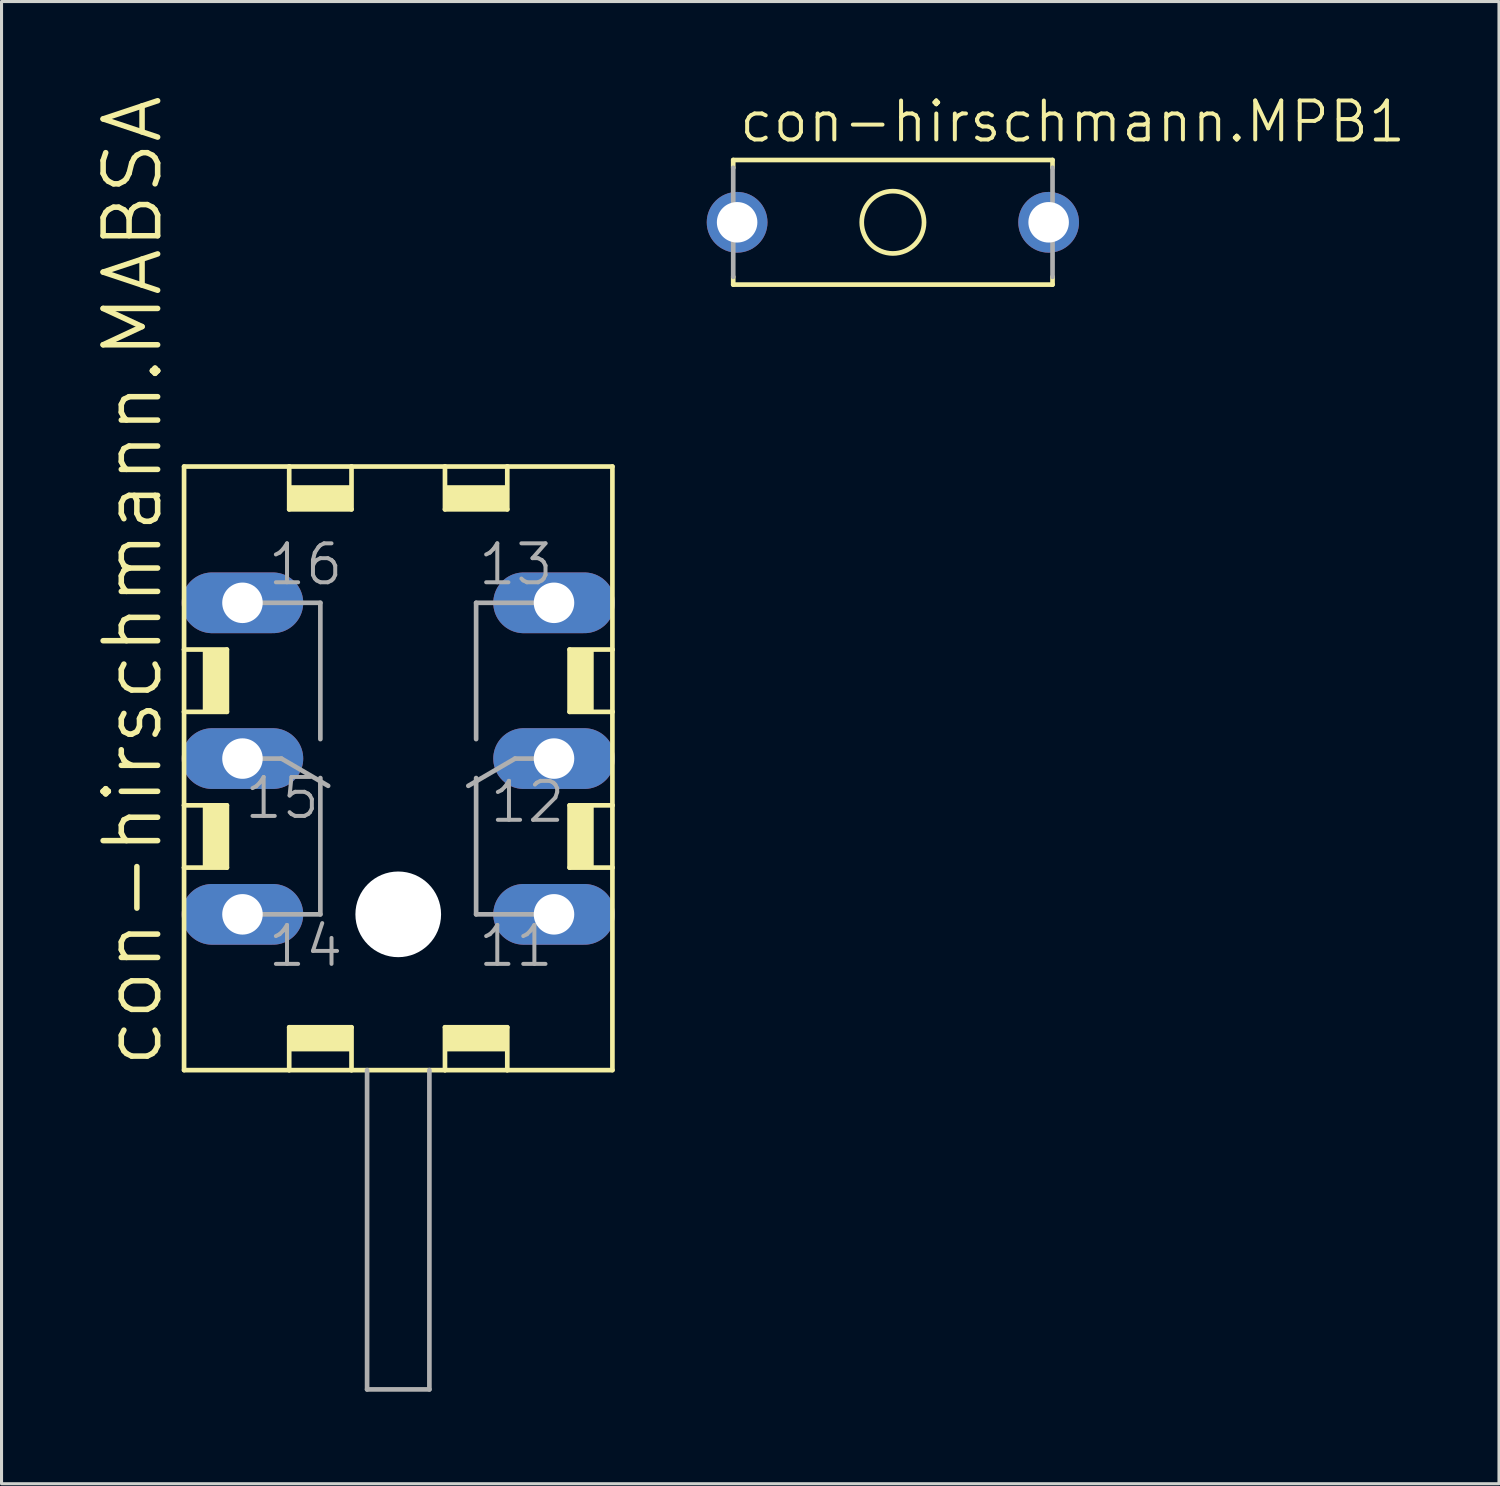
<source format=kicad_pcb>
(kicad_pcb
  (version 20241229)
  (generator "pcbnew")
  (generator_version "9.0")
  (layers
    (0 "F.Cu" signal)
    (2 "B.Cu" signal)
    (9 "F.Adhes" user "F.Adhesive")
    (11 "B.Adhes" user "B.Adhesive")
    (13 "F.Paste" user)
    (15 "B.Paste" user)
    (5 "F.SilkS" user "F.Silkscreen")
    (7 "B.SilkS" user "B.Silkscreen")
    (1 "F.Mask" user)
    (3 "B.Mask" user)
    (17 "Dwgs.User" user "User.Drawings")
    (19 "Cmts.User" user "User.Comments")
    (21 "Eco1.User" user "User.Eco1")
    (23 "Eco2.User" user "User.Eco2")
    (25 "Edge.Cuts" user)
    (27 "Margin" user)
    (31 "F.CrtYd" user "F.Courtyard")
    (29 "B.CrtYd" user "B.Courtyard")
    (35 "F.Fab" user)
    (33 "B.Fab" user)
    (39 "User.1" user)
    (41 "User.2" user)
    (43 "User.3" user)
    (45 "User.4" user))
  (footprint "con-hirschmann.MPB1"
    (layer "F.Cu")
    (at 26.07 4.2)
    (property "Reference" "con-hirschmann.MPB1" (at -5.08 -2.54 0) (layer "F.SilkS") (effects (font (size 1.27 1.27) (thickness 0.13)) (justify left bottom)))
    (attr through_hole)
    (fp_line (start -5.207 -2.032) (end 5.207 -2.032) (stroke (width 0.152) (type default)) (layer "F.SilkS"))
    (fp_line (start -5.207 -1.778) (end -5.207 -2.032) (stroke (width 0.152) (type default)) (layer "F.SilkS"))
    (fp_line (start -5.207 2.032) (end -5.207 1.778) (stroke (width 0.152) (type default)) (layer "F.SilkS"))
    (fp_line (start 5.207 -2.032) (end 5.207 -1.778) (stroke (width 0.152) (type default)) (layer "F.SilkS"))
    (fp_line (start 5.207 1.778) (end 5.207 2.032) (stroke (width 0.152) (type default)) (layer "F.SilkS"))
    (fp_line (start 5.207 2.032) (end -5.207 2.032) (stroke (width 0.152) (type default)) (layer "F.SilkS"))
    (fp_circle (center 0 0) (end 1.016 0) (stroke (width 0.152) (type default)) (fill no) (layer "F.SilkS"))
    (fp_line (start -5.207 1.778) (end -5.207 -1.778) (stroke (width 0.152) (type default)) (layer "F.Fab"))
    (fp_line (start 5.207 -1.778) (end 5.207 1.778) (stroke (width 0.152) (type default)) (layer "F.Fab"))
    (pad "1" thru_hole circle (at -5.08 0) (size 1.981 1.981) (drill 1.321) (layers "*.Cu" "*.Mask"))
    (pad "1@1" thru_hole circle (at 5.08 0) (size 1.981 1.981) (drill 1.321) (layers "*.Cu" "*.Mask")))
  (footprint "con-hirschmann.MABSA"
    (layer "F.Cu")
    (at 9.938 21.69)
    (property "Reference" "con-hirschmann.MABSA" (at -7.62 10.16 90) (layer "F.SilkS") (effects (font (size 1.778 1.778) (thickness 0.18)) (justify left bottom)))
    (attr through_hole)
    (fp_line (start -6.985 -3.556) (end -6.985 -9.525) (stroke (width 0.152) (type default)) (layer "F.SilkS"))
    (fp_line (start -6.985 -3.556) (end -5.588 -3.556) (stroke (width 0.152) (type default)) (layer "F.SilkS"))
    (fp_line (start -6.985 -1.524) (end -6.985 -3.556) (stroke (width 0.152) (type default)) (layer "F.SilkS"))
    (fp_line (start -6.985 1.524) (end -6.985 -1.524) (stroke (width 0.152) (type default)) (layer "F.SilkS"))
    (fp_line (start -6.985 1.524) (end -5.588 1.524) (stroke (width 0.152) (type default)) (layer "F.SilkS"))
    (fp_line (start -6.985 3.556) (end -6.985 1.524) (stroke (width 0.152) (type default)) (layer "F.SilkS"))
    (fp_line (start -6.985 10.16) (end -6.985 3.556) (stroke (width 0.152) (type default)) (layer "F.SilkS"))
    (fp_line (start -6.985 10.16) (end -3.556 10.16) (stroke (width 0.152) (type default)) (layer "F.SilkS"))
    (fp_line (start -5.588 -1.524) (end -6.985 -1.524) (stroke (width 0.152) (type default)) (layer "F.SilkS"))
    (fp_line (start -5.588 -1.524) (end -5.588 -3.556) (stroke (width 0.152) (type default)) (layer "F.SilkS"))
    (fp_line (start -5.588 3.556) (end -6.985 3.556) (stroke (width 0.152) (type default)) (layer "F.SilkS"))
    (fp_line (start -5.588 3.556) (end -5.588 1.524) (stroke (width 0.152) (type default)) (layer "F.SilkS"))
    (fp_line (start -3.556 -9.525) (end -6.985 -9.525) (stroke (width 0.152) (type default)) (layer "F.SilkS"))
    (fp_line (start -3.556 -8.128) (end -3.556 -9.525) (stroke (width 0.152) (type default)) (layer "F.SilkS"))
    (fp_line (start -3.556 -8.128) (end -1.524 -8.128) (stroke (width 0.152) (type default)) (layer "F.SilkS"))
    (fp_line (start -3.556 10.16) (end -3.556 8.763) (stroke (width 0.152) (type default)) (layer "F.SilkS"))
    (fp_line (start -3.556 10.16) (end -1.524 10.16) (stroke (width 0.152) (type default)) (layer "F.SilkS"))
    (fp_line (start -1.524 -9.525) (end -3.556 -9.525) (stroke (width 0.152) (type default)) (layer "F.SilkS"))
    (fp_line (start -1.524 -9.525) (end -1.524 -8.128) (stroke (width 0.152) (type default)) (layer "F.SilkS"))
    (fp_line (start -1.524 8.763) (end -3.556 8.763) (stroke (width 0.152) (type default)) (layer "F.SilkS"))
    (fp_line (start -1.524 8.763) (end -1.524 10.16) (stroke (width 0.152) (type default)) (layer "F.SilkS"))
    (fp_line (start -1.524 10.16) (end 1.524 10.16) (stroke (width 0.152) (type default)) (layer "F.SilkS"))
    (fp_line (start 1.524 -9.525) (end -1.524 -9.525) (stroke (width 0.152) (type default)) (layer "F.SilkS"))
    (fp_line (start 1.524 -8.128) (end 1.524 -9.525) (stroke (width 0.152) (type default)) (layer "F.SilkS"))
    (fp_line (start 1.524 -8.128) (end 3.556 -8.128) (stroke (width 0.152) (type default)) (layer "F.SilkS"))
    (fp_line (start 1.524 10.16) (end 1.524 8.763) (stroke (width 0.152) (type default)) (layer "F.SilkS"))
    (fp_line (start 1.524 10.16) (end 3.556 10.16) (stroke (width 0.152) (type default)) (layer "F.SilkS"))
    (fp_line (start 3.556 -9.525) (end 1.524 -9.525) (stroke (width 0.152) (type default)) (layer "F.SilkS"))
    (fp_line (start 3.556 -9.525) (end 3.556 -8.128) (stroke (width 0.152) (type default)) (layer "F.SilkS"))
    (fp_line (start 3.556 8.763) (end 1.524 8.763) (stroke (width 0.152) (type default)) (layer "F.SilkS"))
    (fp_line (start 3.556 8.763) (end 3.556 10.16) (stroke (width 0.152) (type default)) (layer "F.SilkS"))
    (fp_line (start 3.556 10.16) (end 6.985 10.16) (stroke (width 0.152) (type default)) (layer "F.SilkS"))
    (fp_line (start 5.588 -3.556) (end 5.588 -1.524) (stroke (width 0.152) (type default)) (layer "F.SilkS"))
    (fp_line (start 5.588 -3.556) (end 6.985 -3.556) (stroke (width 0.152) (type default)) (layer "F.SilkS"))
    (fp_line (start 5.588 1.524) (end 5.588 3.556) (stroke (width 0.152) (type default)) (layer "F.SilkS"))
    (fp_line (start 5.588 1.524) (end 6.985 1.524) (stroke (width 0.152) (type default)) (layer "F.SilkS"))
    (fp_line (start 6.985 -9.525) (end 3.556 -9.525) (stroke (width 0.152) (type default)) (layer "F.SilkS"))
    (fp_line (start 6.985 -3.556) (end 6.985 -9.525) (stroke (width 0.152) (type default)) (layer "F.SilkS"))
    (fp_line (start 6.985 -1.524) (end 5.588 -1.524) (stroke (width 0.152) (type default)) (layer "F.SilkS"))
    (fp_line (start 6.985 -1.524) (end 6.985 -3.556) (stroke (width 0.152) (type default)) (layer "F.SilkS"))
    (fp_line (start 6.985 1.524) (end 6.985 -1.524) (stroke (width 0.152) (type default)) (layer "F.SilkS"))
    (fp_line (start 6.985 3.556) (end 5.588 3.556) (stroke (width 0.152) (type default)) (layer "F.SilkS"))
    (fp_line (start 6.985 3.556) (end 6.985 1.524) (stroke (width 0.152) (type default)) (layer "F.SilkS"))
    (fp_line (start 6.985 10.16) (end 6.985 3.556) (stroke (width 0.152) (type default)) (layer "F.SilkS"))
    (fp_rect (start -6.35 -1.524) (end -5.588 -3.556) (stroke (width 0.05) (type default)) (fill yes) (layer "F.SilkS"))
    (fp_rect (start -6.35 3.556) (end -5.588 1.524) (stroke (width 0.05) (type default)) (fill yes) (layer "F.SilkS"))
    (fp_rect (start -3.556 -8.128) (end -1.524 -8.89) (stroke (width 0.05) (type default)) (fill yes) (layer "F.SilkS"))
    (fp_rect (start -3.556 9.525) (end -1.524 8.763) (stroke (width 0.05) (type default)) (fill yes) (layer "F.SilkS"))
    (fp_rect (start 1.524 -8.128) (end 3.556 -8.89) (stroke (width 0.05) (type default)) (fill yes) (layer "F.SilkS"))
    (fp_rect (start 1.524 9.525) (end 3.556 8.763) (stroke (width 0.05) (type default)) (fill yes) (layer "F.SilkS"))
    (fp_rect (start 5.588 -1.524) (end 6.35 -3.556) (stroke (width 0.05) (type default)) (fill yes) (layer "F.SilkS"))
    (fp_rect (start 5.588 3.556) (end 6.35 1.524) (stroke (width 0.05) (type default)) (fill yes) (layer "F.SilkS"))
    (fp_line (start -4.445 0) (end -3.81 0) (stroke (width 0.152) (type default)) (layer "F.Fab"))
    (fp_line (start -4.445 5.08) (end -2.54 5.08) (stroke (width 0.152) (type default)) (layer "F.Fab"))
    (fp_line (start -3.81 0) (end -2.286 0.889) (stroke (width 0.152) (type default)) (layer "F.Fab"))
    (fp_line (start -2.54 -5.08) (end -4.445 -5.08) (stroke (width 0.152) (type default)) (layer "F.Fab"))
    (fp_line (start -2.54 -0.635) (end -2.54 -5.08) (stroke (width 0.152) (type default)) (layer "F.Fab"))
    (fp_line (start -2.54 5.08) (end -2.54 0.635) (stroke (width 0.152) (type default)) (layer "F.Fab"))
    (fp_line (start -1.016 10.16) (end -1.016 20.574) (stroke (width 0.152) (type default)) (layer "F.Fab"))
    (fp_line (start 1.016 20.574) (end -1.016 20.574) (stroke (width 0.152) (type default)) (layer "F.Fab"))
    (fp_line (start 1.016 20.574) (end 1.016 10.16) (stroke (width 0.152) (type default)) (layer "F.Fab"))
    (fp_line (start 2.54 -5.08) (end 4.445 -5.08) (stroke (width 0.152) (type default)) (layer "F.Fab"))
    (fp_line (start 2.54 -0.635) (end 2.54 -5.08) (stroke (width 0.152) (type default)) (layer "F.Fab"))
    (fp_line (start 2.54 5.08) (end 2.54 0.635) (stroke (width 0.152) (type default)) (layer "F.Fab"))
    (fp_line (start 3.81 0) (end 2.286 0.889) (stroke (width 0.152) (type default)) (layer "F.Fab"))
    (fp_line (start 4.445 0) (end 3.81 0) (stroke (width 0.152) (type default)) (layer "F.Fab"))
    (fp_line (start 4.445 5.08) (end 2.54 5.08) (stroke (width 0.152) (type default)) (layer "F.Fab"))
    (fp_text user "11" (at 2.54 6.858 0) (layer "F.Fab") (effects (font (size 1.27 1.27) (thickness 0.13)) (justify left bottom)))
    (fp_text user "14" (at -4.318 6.858 0) (layer "F.Fab") (effects (font (size 1.27 1.27) (thickness 0.13)) (justify left bottom)))
    (fp_text user "13" (at 2.54 -5.588 0) (layer "F.Fab") (effects (font (size 1.27 1.27) (thickness 0.13)) (justify left bottom)))
    (fp_text user "12" (at 2.921 2.159 0) (layer "F.Fab") (effects (font (size 1.27 1.27) (thickness 0.13)) (justify left bottom)))
    (fp_text user "16" (at -4.318 -5.588 0) (layer "F.Fab") (effects (font (size 1.27 1.27) (thickness 0.13)) (justify left bottom)))
    (fp_text user "15" (at -5.08 2.032 0) (layer "F.Fab") (effects (font (size 1.27 1.27) (thickness 0.13)) (justify left bottom)))
    (pad "" np_thru_hole circle (at 0 5.08) (size 2.794 2.794) (drill 2.794) (layers "*.Cu" "*.Mask"))
    (pad "11" thru_hole oval (at 5.08 5.08) (size 3.962 1.981) (drill 1.321) (layers "*.Cu" "*.Mask"))
    (pad "12" thru_hole oval (at 5.08 0) (size 3.962 1.981) (drill 1.321) (layers "*.Cu" "*.Mask"))
    (pad "13" thru_hole oval (at 5.08 -5.08) (size 3.962 1.981) (drill 1.321) (layers "*.Cu" "*.Mask"))
    (pad "14" thru_hole oval (at -5.08 5.08) (size 3.962 1.981) (drill 1.321) (layers "*.Cu" "*.Mask"))
    (pad "15" thru_hole oval (at -5.08 0) (size 3.962 1.981) (drill 1.321) (layers "*.Cu" "*.Mask"))
    (pad "16" thru_hole oval (at -5.08 -5.08) (size 3.962 1.981) (drill 1.321) (layers "*.Cu" "*.Mask")))
  (gr_rect
    (start -3 -3)
    (end 45.837 45.34)
    (stroke (width 0.1) (type default))
    (fill no)
    (layer "Edge.Cuts")))
</source>
